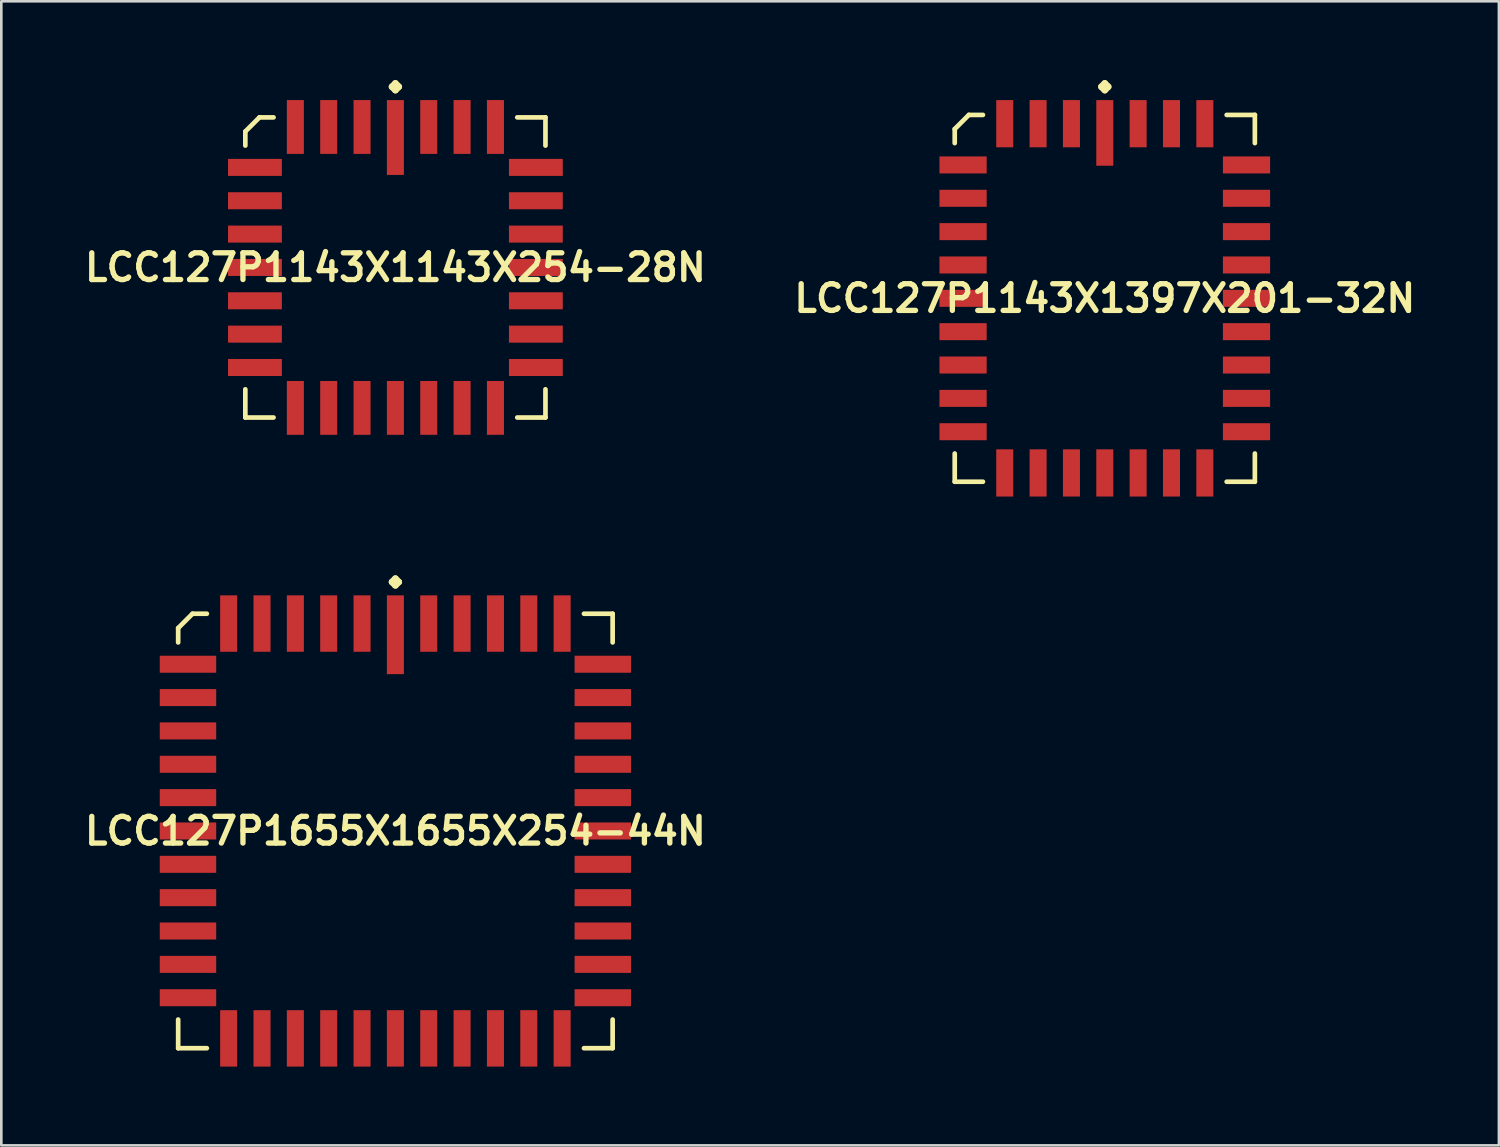
<source format=kicad_pcb>
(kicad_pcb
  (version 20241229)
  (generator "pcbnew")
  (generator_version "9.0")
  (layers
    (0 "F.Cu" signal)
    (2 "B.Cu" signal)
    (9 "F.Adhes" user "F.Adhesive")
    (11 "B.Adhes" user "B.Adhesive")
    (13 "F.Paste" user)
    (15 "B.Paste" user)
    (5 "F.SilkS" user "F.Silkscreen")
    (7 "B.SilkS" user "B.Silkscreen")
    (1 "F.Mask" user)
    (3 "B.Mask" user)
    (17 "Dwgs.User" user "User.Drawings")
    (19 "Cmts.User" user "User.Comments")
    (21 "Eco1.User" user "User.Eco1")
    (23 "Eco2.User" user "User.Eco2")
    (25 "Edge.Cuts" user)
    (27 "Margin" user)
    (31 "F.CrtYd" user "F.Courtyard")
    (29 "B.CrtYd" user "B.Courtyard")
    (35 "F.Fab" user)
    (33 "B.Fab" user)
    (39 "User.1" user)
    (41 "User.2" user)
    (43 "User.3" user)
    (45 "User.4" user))
  (footprint "LCC127P1655X1655X254-44N"
    (layer "F.Cu")
    (at 12.008 28.596)
    (property "Reference" "LCC127P1655X1655X254-44N" (at 0 0 0) (layer "F.SilkS") (effects (font (size 1.016 1.016) (thickness 0.203))))
    (attr smd)
    (fp_line (start -8.273 -7.727) (end -7.727 -8.273) (stroke (width 0.178) (type solid)) (layer "F.SilkS"))
    (fp_line (start -8.273 -7.181) (end -8.273 -7.727) (stroke (width 0.178) (type solid)) (layer "F.SilkS"))
    (fp_line (start -8.273 7.181) (end -8.273 8.273) (stroke (width 0.178) (type solid)) (layer "F.SilkS"))
    (fp_line (start -8.273 8.273) (end -7.181 8.273) (stroke (width 0.178) (type solid)) (layer "F.SilkS"))
    (fp_line (start -7.727 -8.273) (end -7.181 -8.273) (stroke (width 0.178) (type solid)) (layer "F.SilkS"))
    (fp_line (start -0.127 -9.482) (end 0 -9.609) (stroke (width 0.254) (type solid)) (layer "F.SilkS"))
    (fp_line (start 0 -9.609) (end 0.127 -9.482) (stroke (width 0.254) (type solid)) (layer "F.SilkS"))
    (fp_line (start 0 -9.355) (end -0.127 -9.482) (stroke (width 0.254) (type solid)) (layer "F.SilkS"))
    (fp_line (start 0.127 -9.482) (end 0 -9.355) (stroke (width 0.254) (type solid)) (layer "F.SilkS"))
    (fp_line (start 8.273 -8.273) (end 7.181 -8.273) (stroke (width 0.178) (type solid)) (layer "F.SilkS"))
    (fp_line (start 8.273 -7.181) (end 8.273 -8.273) (stroke (width 0.178) (type solid)) (layer "F.SilkS"))
    (fp_line (start 8.273 7.181) (end 8.273 8.273) (stroke (width 0.178) (type solid)) (layer "F.SilkS"))
    (fp_line (start 8.273 8.273) (end 7.181 8.273) (stroke (width 0.178) (type solid)) (layer "F.SilkS"))
    (pad "1" smd rect (at 0 -7.473) (size 0.648 3) (layers "F.Cu" "F.Mask" "F.Paste"))
    (pad "2" smd rect (at -1.27 -7.899) (size 0.648 2.149) (layers "F.Cu" "F.Mask" "F.Paste"))
    (pad "3" smd rect (at -2.54 -7.899) (size 0.648 2.149) (layers "F.Cu" "F.Mask" "F.Paste"))
    (pad "4" smd rect (at -3.81 -7.899) (size 0.648 2.149) (layers "F.Cu" "F.Mask" "F.Paste"))
    (pad "5" smd rect (at -5.08 -7.899) (size 0.648 2.149) (layers "F.Cu" "F.Mask" "F.Paste"))
    (pad "6" smd rect (at -6.35 -7.899) (size 0.648 2.149) (layers "F.Cu" "F.Mask" "F.Paste"))
    (pad "7" smd rect (at -7.899 -6.35) (size 2.149 0.648) (layers "F.Cu" "F.Mask" "F.Paste"))
    (pad "8" smd rect (at -7.899 -5.08) (size 2.149 0.648) (layers "F.Cu" "F.Mask" "F.Paste"))
    (pad "9" smd rect (at -7.899 -3.81) (size 2.149 0.648) (layers "F.Cu" "F.Mask" "F.Paste"))
    (pad "10" smd rect (at -7.899 -2.54) (size 2.149 0.648) (layers "F.Cu" "F.Mask" "F.Paste"))
    (pad "11" smd rect (at -7.899 -1.27) (size 2.149 0.648) (layers "F.Cu" "F.Mask" "F.Paste"))
    (pad "12" smd rect (at -7.899 0) (size 2.149 0.648) (layers "F.Cu" "F.Mask" "F.Paste"))
    (pad "13" smd rect (at -7.899 1.27) (size 2.149 0.648) (layers "F.Cu" "F.Mask" "F.Paste"))
    (pad "14" smd rect (at -7.899 2.54) (size 2.149 0.648) (layers "F.Cu" "F.Mask" "F.Paste"))
    (pad "15" smd rect (at -7.899 3.81) (size 2.149 0.648) (layers "F.Cu" "F.Mask" "F.Paste"))
    (pad "16" smd rect (at -7.899 5.08) (size 2.149 0.648) (layers "F.Cu" "F.Mask" "F.Paste"))
    (pad "17" smd rect (at -7.899 6.35) (size 2.149 0.648) (layers "F.Cu" "F.Mask" "F.Paste"))
    (pad "18" smd rect (at -6.35 7.899) (size 0.648 2.149) (layers "F.Cu" "F.Mask" "F.Paste"))
    (pad "19" smd rect (at -5.08 7.899) (size 0.648 2.149) (layers "F.Cu" "F.Mask" "F.Paste"))
    (pad "20" smd rect (at -3.81 7.899) (size 0.648 2.149) (layers "F.Cu" "F.Mask" "F.Paste"))
    (pad "21" smd rect (at -2.54 7.899) (size 0.648 2.149) (layers "F.Cu" "F.Mask" "F.Paste"))
    (pad "22" smd rect (at -1.27 7.899) (size 0.648 2.149) (layers "F.Cu" "F.Mask" "F.Paste"))
    (pad "23" smd rect (at 0 7.899) (size 0.648 2.149) (layers "F.Cu" "F.Mask" "F.Paste"))
    (pad "24" smd rect (at 1.27 7.899) (size 0.648 2.149) (layers "F.Cu" "F.Mask" "F.Paste"))
    (pad "25" smd rect (at 2.54 7.899) (size 0.648 2.149) (layers "F.Cu" "F.Mask" "F.Paste"))
    (pad "26" smd rect (at 3.81 7.899) (size 0.648 2.149) (layers "F.Cu" "F.Mask" "F.Paste"))
    (pad "27" smd rect (at 5.08 7.899) (size 0.648 2.149) (layers "F.Cu" "F.Mask" "F.Paste"))
    (pad "28" smd rect (at 6.35 7.899) (size 0.648 2.149) (layers "F.Cu" "F.Mask" "F.Paste"))
    (pad "29" smd rect (at 7.899 6.35) (size 2.149 0.648) (layers "F.Cu" "F.Mask" "F.Paste"))
    (pad "30" smd rect (at 7.899 5.08) (size 2.149 0.648) (layers "F.Cu" "F.Mask" "F.Paste"))
    (pad "31" smd rect (at 7.899 3.81) (size 2.149 0.648) (layers "F.Cu" "F.Mask" "F.Paste"))
    (pad "32" smd rect (at 7.899 2.54) (size 2.149 0.648) (layers "F.Cu" "F.Mask" "F.Paste"))
    (pad "33" smd rect (at 7.899 1.27) (size 2.149 0.648) (layers "F.Cu" "F.Mask" "F.Paste"))
    (pad "34" smd rect (at 7.899 0) (size 2.149 0.648) (layers "F.Cu" "F.Mask" "F.Paste"))
    (pad "35" smd rect (at 7.899 -1.27) (size 2.149 0.648) (layers "F.Cu" "F.Mask" "F.Paste"))
    (pad "36" smd rect (at 7.899 -2.54) (size 2.149 0.648) (layers "F.Cu" "F.Mask" "F.Paste"))
    (pad "37" smd rect (at 7.899 -3.81) (size 2.149 0.648) (layers "F.Cu" "F.Mask" "F.Paste"))
    (pad "38" smd rect (at 7.899 -5.08) (size 2.149 0.648) (layers "F.Cu" "F.Mask" "F.Paste"))
    (pad "39" smd rect (at 7.899 -6.35) (size 2.149 0.648) (layers "F.Cu" "F.Mask" "F.Paste"))
    (pad "40" smd rect (at 6.35 -7.899) (size 0.648 2.149) (layers "F.Cu" "F.Mask" "F.Paste"))
    (pad "41" smd rect (at 5.08 -7.899) (size 0.648 2.149) (layers "F.Cu" "F.Mask" "F.Paste"))
    (pad "42" smd rect (at 3.81 -7.899) (size 0.648 2.149) (layers "F.Cu" "F.Mask" "F.Paste"))
    (pad "43" smd rect (at 2.54 -7.899) (size 0.648 2.149) (layers "F.Cu" "F.Mask" "F.Paste"))
    (pad "44" smd rect (at 1.27 -7.899) (size 0.648 2.149) (layers "F.Cu" "F.Mask" "F.Paste")))
  (footprint "LCC127P1143X1143X254-28N"
    (layer "F.Cu")
    (at 12.008 7.135)
    (property "Reference" "LCC127P1143X1143X254-28N" (at 0 0 0) (layer "F.SilkS") (effects (font (size 1.016 1.016) (thickness 0.203))))
    (attr smd)
    (fp_line (start -5.715 -5.177) (end -5.177 -5.715) (stroke (width 0.178) (type solid)) (layer "F.SilkS"))
    (fp_line (start -5.715 -4.641) (end -5.715 -5.177) (stroke (width 0.178) (type solid)) (layer "F.SilkS"))
    (fp_line (start -5.715 4.641) (end -5.715 5.715) (stroke (width 0.178) (type solid)) (layer "F.SilkS"))
    (fp_line (start -5.715 5.715) (end -4.641 5.715) (stroke (width 0.178) (type solid)) (layer "F.SilkS"))
    (fp_line (start -5.177 -5.715) (end -4.641 -5.715) (stroke (width 0.178) (type solid)) (layer "F.SilkS"))
    (fp_line (start -0.127 -6.881) (end 0 -7.008) (stroke (width 0.254) (type solid)) (layer "F.SilkS"))
    (fp_line (start 0 -7.008) (end 0.127 -6.881) (stroke (width 0.254) (type solid)) (layer "F.SilkS"))
    (fp_line (start 0 -6.754) (end -0.127 -6.881) (stroke (width 0.254) (type solid)) (layer "F.SilkS"))
    (fp_line (start 0.127 -6.881) (end 0 -6.754) (stroke (width 0.254) (type solid)) (layer "F.SilkS"))
    (fp_line (start 5.715 -5.715) (end 4.641 -5.715) (stroke (width 0.178) (type solid)) (layer "F.SilkS"))
    (fp_line (start 5.715 -4.641) (end 5.715 -5.715) (stroke (width 0.178) (type solid)) (layer "F.SilkS"))
    (fp_line (start 5.715 4.641) (end 5.715 5.715) (stroke (width 0.178) (type solid)) (layer "F.SilkS"))
    (fp_line (start 5.715 5.715) (end 4.641 5.715) (stroke (width 0.178) (type solid)) (layer "F.SilkS"))
    (pad "1" smd rect (at 0 -4.948) (size 0.648 2.85) (layers "F.Cu" "F.Mask" "F.Paste"))
    (pad "2" smd rect (at -1.27 -5.349) (size 0.648 2.05) (layers "F.Cu" "F.Mask" "F.Paste"))
    (pad "3" smd rect (at -2.54 -5.349) (size 0.648 2.05) (layers "F.Cu" "F.Mask" "F.Paste"))
    (pad "4" smd rect (at -3.81 -5.349) (size 0.648 2.05) (layers "F.Cu" "F.Mask" "F.Paste"))
    (pad "5" smd rect (at -5.349 -3.81) (size 2.05 0.648) (layers "F.Cu" "F.Mask" "F.Paste"))
    (pad "6" smd rect (at -5.349 -2.54) (size 2.05 0.648) (layers "F.Cu" "F.Mask" "F.Paste"))
    (pad "7" smd rect (at -5.349 -1.27) (size 2.05 0.648) (layers "F.Cu" "F.Mask" "F.Paste"))
    (pad "8" smd rect (at -5.349 0) (size 2.05 0.648) (layers "F.Cu" "F.Mask" "F.Paste"))
    (pad "9" smd rect (at -5.349 1.27) (size 2.05 0.648) (layers "F.Cu" "F.Mask" "F.Paste"))
    (pad "10" smd rect (at -5.349 2.54) (size 2.05 0.648) (layers "F.Cu" "F.Mask" "F.Paste"))
    (pad "11" smd rect (at -5.349 3.81) (size 2.05 0.648) (layers "F.Cu" "F.Mask" "F.Paste"))
    (pad "12" smd rect (at -3.81 5.349) (size 0.648 2.05) (layers "F.Cu" "F.Mask" "F.Paste"))
    (pad "13" smd rect (at -2.54 5.349) (size 0.648 2.05) (layers "F.Cu" "F.Mask" "F.Paste"))
    (pad "14" smd rect (at -1.27 5.349) (size 0.648 2.05) (layers "F.Cu" "F.Mask" "F.Paste"))
    (pad "15" smd rect (at 0 5.349) (size 0.648 2.05) (layers "F.Cu" "F.Mask" "F.Paste"))
    (pad "16" smd rect (at 1.27 5.349) (size 0.648 2.05) (layers "F.Cu" "F.Mask" "F.Paste"))
    (pad "17" smd rect (at 2.54 5.349) (size 0.648 2.05) (layers "F.Cu" "F.Mask" "F.Paste"))
    (pad "18" smd rect (at 3.81 5.349) (size 0.648 2.05) (layers "F.Cu" "F.Mask" "F.Paste"))
    (pad "19" smd rect (at 5.349 3.81) (size 2.05 0.648) (layers "F.Cu" "F.Mask" "F.Paste"))
    (pad "20" smd rect (at 5.349 2.54) (size 2.05 0.648) (layers "F.Cu" "F.Mask" "F.Paste"))
    (pad "21" smd rect (at 5.349 1.27) (size 2.05 0.648) (layers "F.Cu" "F.Mask" "F.Paste"))
    (pad "22" smd rect (at 5.349 0) (size 2.05 0.648) (layers "F.Cu" "F.Mask" "F.Paste"))
    (pad "23" smd rect (at 5.349 -1.27) (size 2.05 0.648) (layers "F.Cu" "F.Mask" "F.Paste"))
    (pad "24" smd rect (at 5.349 -2.54) (size 2.05 0.648) (layers "F.Cu" "F.Mask" "F.Paste"))
    (pad "25" smd rect (at 5.349 -3.81) (size 2.05 0.648) (layers "F.Cu" "F.Mask" "F.Paste"))
    (pad "26" smd rect (at 3.81 -5.349) (size 0.648 2.05) (layers "F.Cu" "F.Mask" "F.Paste"))
    (pad "27" smd rect (at 2.54 -5.349) (size 0.648 2.05) (layers "F.Cu" "F.Mask" "F.Paste"))
    (pad "28" smd rect (at 1.27 -5.349) (size 0.648 2.05) (layers "F.Cu" "F.Mask" "F.Paste")))
  (footprint "LCC127P1143X1397X201-32N"
    (layer "F.Cu")
    (at 39.024 8.311)
    (property "Reference" "LCC127P1143X1397X201-32N" (at 0 0 0) (layer "F.SilkS") (effects (font (size 1.016 1.016) (thickness 0.203))))
    (attr smd)
    (fp_line (start -5.715 -6.447) (end -5.177 -6.985) (stroke (width 0.178) (type solid)) (layer "F.SilkS"))
    (fp_line (start -5.715 -5.911) (end -5.715 -6.447) (stroke (width 0.178) (type solid)) (layer "F.SilkS"))
    (fp_line (start -5.715 5.911) (end -5.715 6.985) (stroke (width 0.178) (type solid)) (layer "F.SilkS"))
    (fp_line (start -5.715 6.985) (end -4.641 6.985) (stroke (width 0.178) (type solid)) (layer "F.SilkS"))
    (fp_line (start -5.177 -6.985) (end -4.641 -6.985) (stroke (width 0.178) (type solid)) (layer "F.SilkS"))
    (fp_line (start -0.127 -8.057) (end 0 -8.184) (stroke (width 0.254) (type solid)) (layer "F.SilkS"))
    (fp_line (start 0 -8.184) (end 0.127 -8.057) (stroke (width 0.254) (type solid)) (layer "F.SilkS"))
    (fp_line (start 0 -7.93) (end -0.127 -8.057) (stroke (width 0.254) (type solid)) (layer "F.SilkS"))
    (fp_line (start 0.127 -8.057) (end 0 -7.93) (stroke (width 0.254) (type solid)) (layer "F.SilkS"))
    (fp_line (start 5.715 -6.985) (end 4.641 -6.985) (stroke (width 0.178) (type solid)) (layer "F.SilkS"))
    (fp_line (start 5.715 -5.911) (end 5.715 -6.985) (stroke (width 0.178) (type solid)) (layer "F.SilkS"))
    (fp_line (start 5.715 5.911) (end 5.715 6.985) (stroke (width 0.178) (type solid)) (layer "F.SilkS"))
    (fp_line (start 5.715 6.985) (end 4.641 6.985) (stroke (width 0.178) (type solid)) (layer "F.SilkS"))
    (pad "1" smd rect (at 0 -6.299) (size 0.648 2.499) (layers "F.Cu" "F.Mask" "F.Paste"))
    (pad "2" smd rect (at -1.27 -6.65) (size 0.648 1.798) (layers "F.Cu" "F.Mask" "F.Paste"))
    (pad "3" smd rect (at -2.54 -6.65) (size 0.648 1.798) (layers "F.Cu" "F.Mask" "F.Paste"))
    (pad "4" smd rect (at -3.81 -6.65) (size 0.648 1.798) (layers "F.Cu" "F.Mask" "F.Paste"))
    (pad "5" smd rect (at -5.397 -5.08) (size 1.798 0.648) (layers "F.Cu" "F.Mask" "F.Paste"))
    (pad "6" smd rect (at -5.397 -3.81) (size 1.798 0.648) (layers "F.Cu" "F.Mask" "F.Paste"))
    (pad "7" smd rect (at -5.397 -2.54) (size 1.798 0.648) (layers "F.Cu" "F.Mask" "F.Paste"))
    (pad "8" smd rect (at -5.397 -1.27) (size 1.798 0.648) (layers "F.Cu" "F.Mask" "F.Paste"))
    (pad "9" smd rect (at -5.397 0) (size 1.798 0.648) (layers "F.Cu" "F.Mask" "F.Paste"))
    (pad "10" smd rect (at -5.397 1.27) (size 1.798 0.648) (layers "F.Cu" "F.Mask" "F.Paste"))
    (pad "11" smd rect (at -5.397 2.54) (size 1.798 0.648) (layers "F.Cu" "F.Mask" "F.Paste"))
    (pad "12" smd rect (at -5.397 3.81) (size 1.798 0.648) (layers "F.Cu" "F.Mask" "F.Paste"))
    (pad "13" smd rect (at -5.397 5.08) (size 1.798 0.648) (layers "F.Cu" "F.Mask" "F.Paste"))
    (pad "14" smd rect (at -3.81 6.65) (size 0.648 1.798) (layers "F.Cu" "F.Mask" "F.Paste"))
    (pad "15" smd rect (at -2.54 6.65) (size 0.648 1.798) (layers "F.Cu" "F.Mask" "F.Paste"))
    (pad "16" smd rect (at -1.27 6.65) (size 0.648 1.798) (layers "F.Cu" "F.Mask" "F.Paste"))
    (pad "17" smd rect (at 0 6.65) (size 0.648 1.798) (layers "F.Cu" "F.Mask" "F.Paste"))
    (pad "18" smd rect (at 1.27 6.65) (size 0.648 1.798) (layers "F.Cu" "F.Mask" "F.Paste"))
    (pad "19" smd rect (at 2.54 6.65) (size 0.648 1.798) (layers "F.Cu" "F.Mask" "F.Paste"))
    (pad "20" smd rect (at 3.81 6.65) (size 0.648 1.798) (layers "F.Cu" "F.Mask" "F.Paste"))
    (pad "21" smd rect (at 5.397 5.08) (size 1.798 0.648) (layers "F.Cu" "F.Mask" "F.Paste"))
    (pad "22" smd rect (at 5.397 3.81) (size 1.798 0.648) (layers "F.Cu" "F.Mask" "F.Paste"))
    (pad "23" smd rect (at 5.397 2.54) (size 1.798 0.648) (layers "F.Cu" "F.Mask" "F.Paste"))
    (pad "24" smd rect (at 5.397 1.27) (size 1.798 0.648) (layers "F.Cu" "F.Mask" "F.Paste"))
    (pad "25" smd rect (at 5.397 0) (size 1.798 0.648) (layers "F.Cu" "F.Mask" "F.Paste"))
    (pad "26" smd rect (at 5.397 -1.27) (size 1.798 0.648) (layers "F.Cu" "F.Mask" "F.Paste"))
    (pad "27" smd rect (at 5.397 -2.54) (size 1.798 0.648) (layers "F.Cu" "F.Mask" "F.Paste"))
    (pad "28" smd rect (at 5.397 -3.81) (size 1.798 0.648) (layers "F.Cu" "F.Mask" "F.Paste"))
    (pad "29" smd rect (at 5.397 -5.08) (size 1.798 0.648) (layers "F.Cu" "F.Mask" "F.Paste"))
    (pad "30" smd rect (at 3.81 -6.65) (size 0.648 1.798) (layers "F.Cu" "F.Mask" "F.Paste"))
    (pad "31" smd rect (at 2.54 -6.65) (size 0.648 1.798) (layers "F.Cu" "F.Mask" "F.Paste"))
    (pad "32" smd rect (at 1.27 -6.65) (size 0.648 1.798) (layers "F.Cu" "F.Mask" "F.Paste")))
  (gr_rect
    (start -3 -3)
    (end 54.033 40.569)
    (stroke (width 0.1) (type default))
    (fill no)
    (layer "Edge.Cuts")))
</source>
